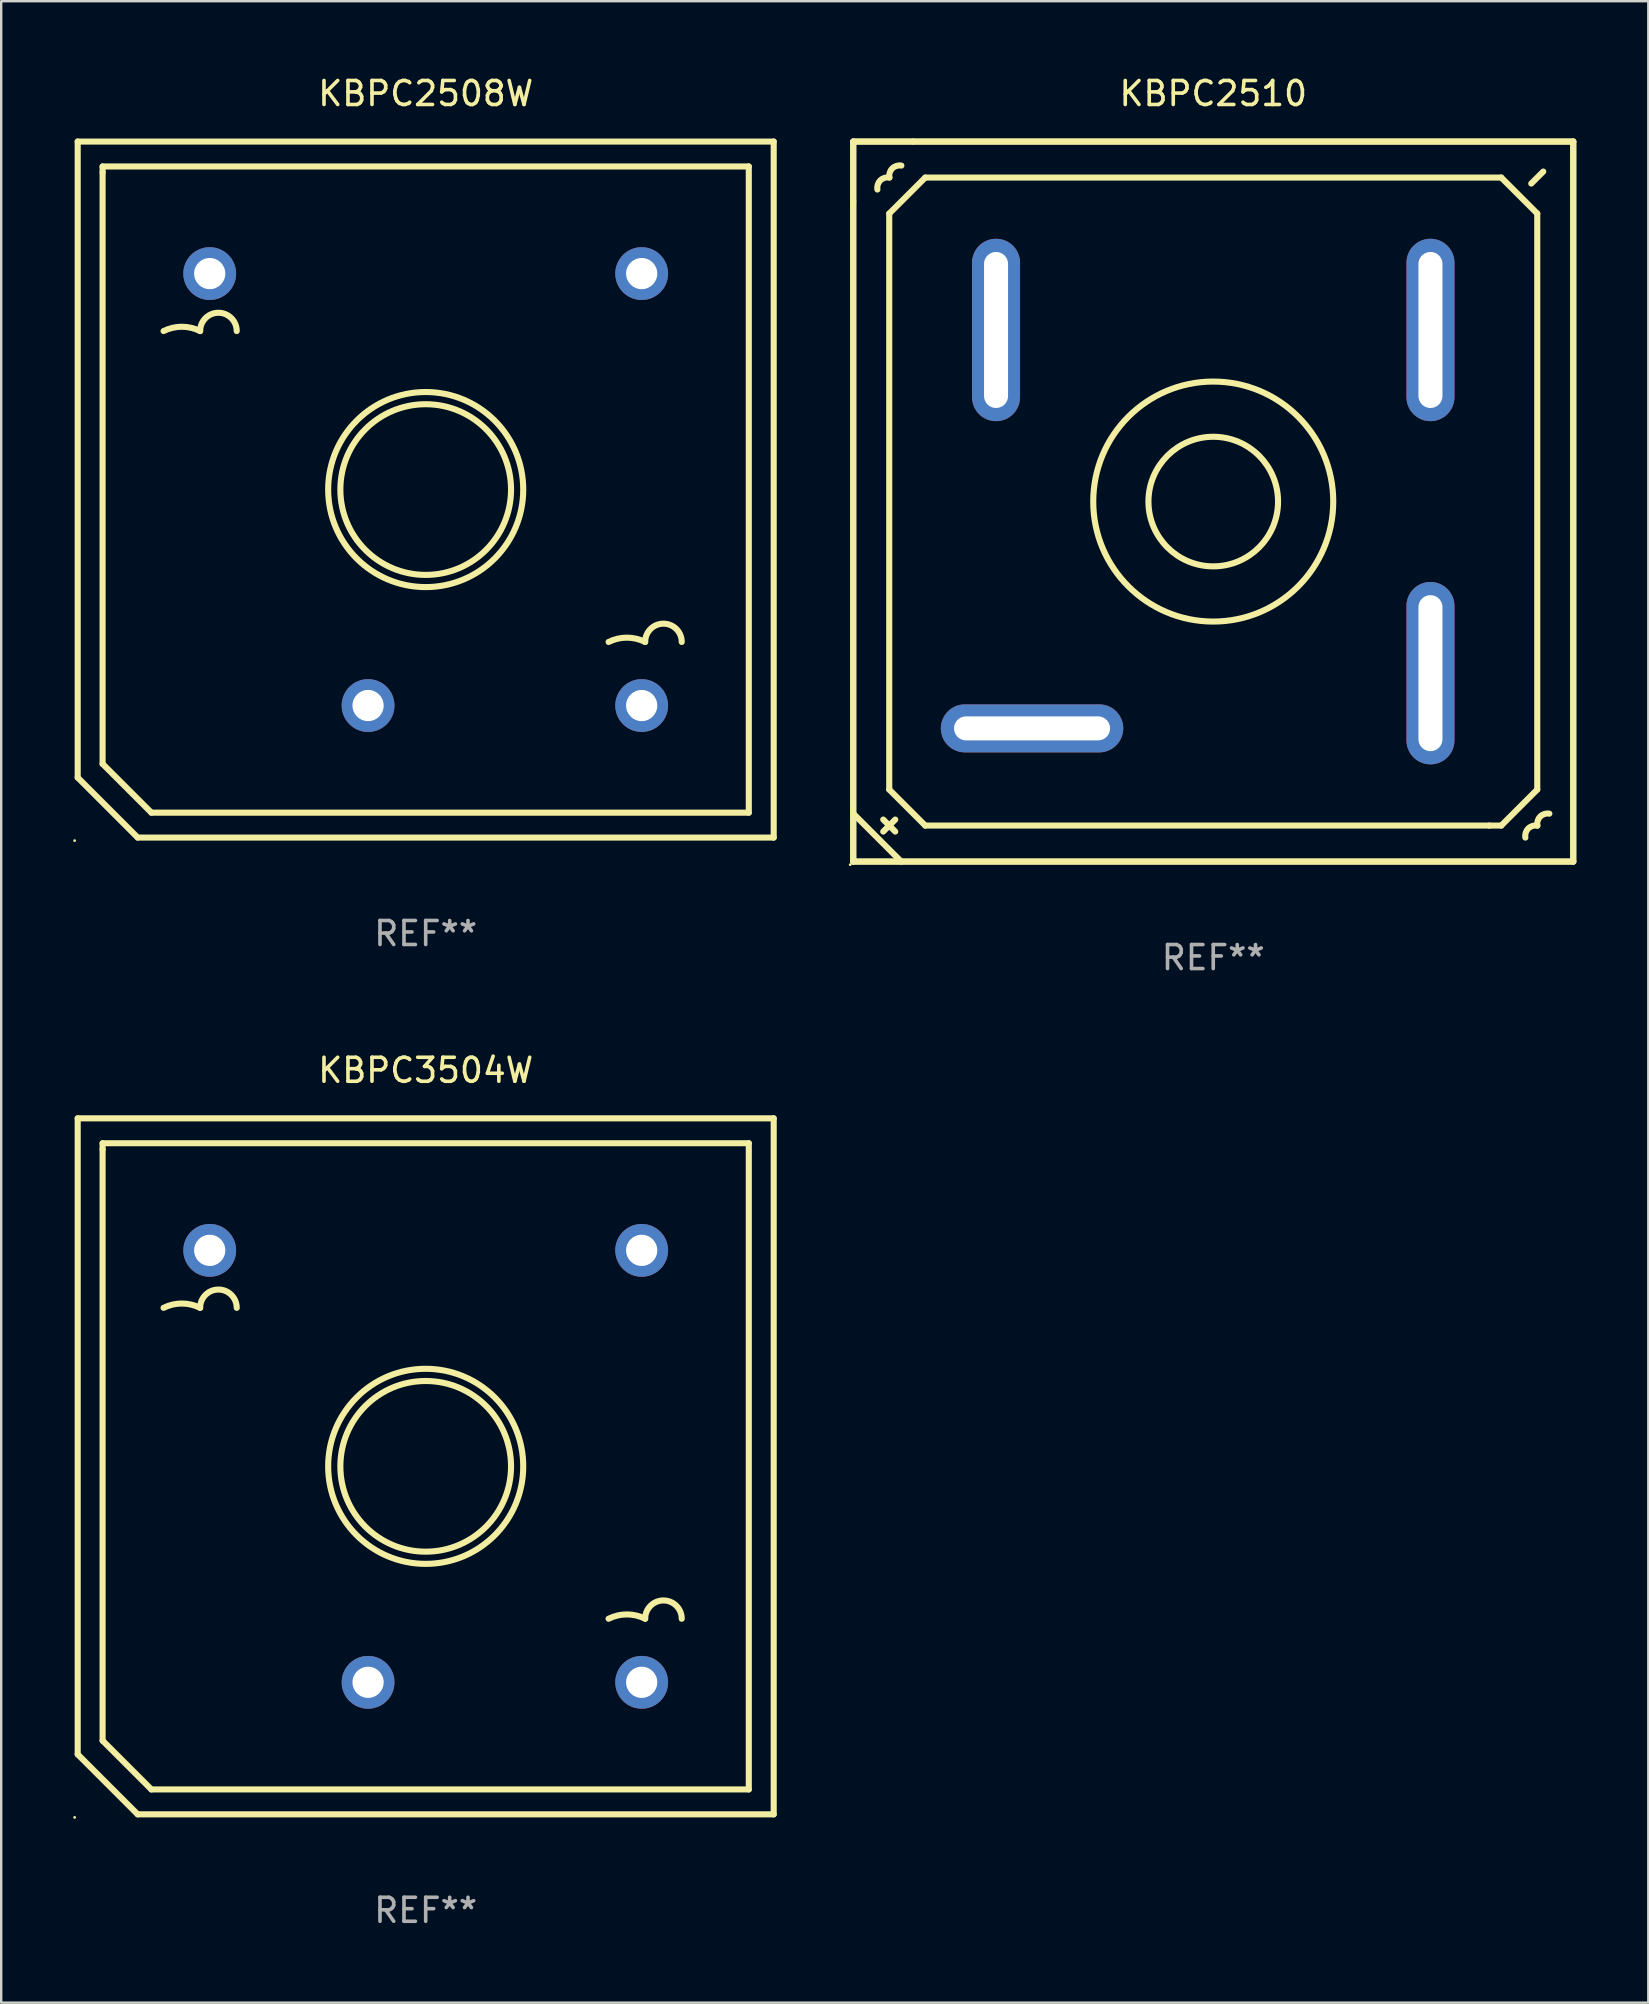
<source format=kicad_pcb>
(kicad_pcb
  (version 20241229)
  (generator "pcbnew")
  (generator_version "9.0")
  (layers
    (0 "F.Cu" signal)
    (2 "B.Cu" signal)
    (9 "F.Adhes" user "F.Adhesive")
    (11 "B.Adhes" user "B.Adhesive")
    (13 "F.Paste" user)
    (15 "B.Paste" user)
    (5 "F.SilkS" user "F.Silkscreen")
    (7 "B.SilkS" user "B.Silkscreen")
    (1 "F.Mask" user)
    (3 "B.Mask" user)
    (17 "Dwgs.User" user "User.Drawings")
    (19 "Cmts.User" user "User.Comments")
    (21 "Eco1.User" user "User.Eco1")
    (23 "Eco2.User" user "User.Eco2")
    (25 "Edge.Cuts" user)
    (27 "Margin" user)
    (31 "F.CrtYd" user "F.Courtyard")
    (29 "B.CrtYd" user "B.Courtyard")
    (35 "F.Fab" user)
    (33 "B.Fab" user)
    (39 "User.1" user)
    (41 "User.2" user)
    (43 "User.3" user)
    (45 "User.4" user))
  (footprint "KBPC3504W"
    (layer "F.Cu")
    (at 14.687 58.046)
    (property "Reference" "KBPC3504W" (at 0 -16.5 0) (layer "F.SilkS") (effects (font (size 1 1) (thickness 0.15))))
    (attr through_hole)
    (fp_line (start -14.5 -14.5) (end 14.5 -14.5) (stroke (width 0.254) (type solid)) (layer "F.SilkS"))
    (fp_line (start -14.5 12) (end -14.5 -14.5) (stroke (width 0.254) (type solid)) (layer "F.SilkS"))
    (fp_line (start -13.462 -13.462) (end 13.462 -13.462) (stroke (width 0.254) (type solid)) (layer "F.SilkS"))
    (fp_line (start -13.462 -13.208) (end -13.462 -13.462) (stroke (width 0.254) (type solid)) (layer "F.SilkS"))
    (fp_line (start -13.462 11.43) (end -13.462 -13.208) (stroke (width 0.254) (type solid)) (layer "F.SilkS"))
    (fp_line (start -12 14.5) (end -14.5 12) (stroke (width 0.254) (type solid)) (layer "F.SilkS"))
    (fp_line (start -11.43 13.462) (end -13.462 11.43) (stroke (width 0.254) (type solid)) (layer "F.SilkS"))
    (fp_line (start 13.462 -13.462) (end 13.462 13.462) (stroke (width 0.254) (type solid)) (layer "F.SilkS"))
    (fp_line (start 13.462 13.462) (end -11.43 13.462) (stroke (width 0.254) (type solid)) (layer "F.SilkS"))
    (fp_line (start 14.5 -14.5) (end 14.5 14.5) (stroke (width 0.254) (type solid)) (layer "F.SilkS"))
    (fp_line (start 14.5 14.5) (end -12 14.5) (stroke (width 0.254) (type solid)) (layer "F.SilkS"))
    (fp_arc (start -10.921895 -6.60414) (mid -10.159893 -6.784024) (end -9.397892 -6.60414) (stroke (width 0.254001) (type solid)) (layer "F.SilkS"))
    (fp_arc (start -9.397891 -6.60414) (mid -8.63589 -7.366141) (end -7.873889 -6.60414) (stroke (width 0.254001) (type solid)) (layer "F.SilkS"))
    (fp_arc (start 7.620142 6.349886) (mid 8.382144 6.170002) (end 9.144145 6.349886) (stroke (width 0.254001) (type solid)) (layer "F.SilkS"))
    (fp_arc (start 9.144146 6.349886) (mid 9.906147 5.587885) (end 10.668148 6.349886) (stroke (width 0.254001) (type solid)) (layer "F.SilkS"))
    (fp_circle (center -14.627 14.627) (end -14.597 14.627) (stroke (width 0.06) (type solid)) (fill no) (layer "F.SilkS"))
    (fp_circle (center 0.000127 -0.000127) (end 3.556 -0.000127) (stroke (width 0.254) (type solid)) (fill no) (layer "F.SilkS"))
    (fp_circle (center 0.000127 -0.000127) (end 4.064 -0.000127) (stroke (width 0.254) (type solid)) (fill no) (layer "F.SilkS"))
    (fp_text user "+" (at -3.302 11.684 0) (layer "B.Mask") (effects (font (size 1 1) (thickness 0.15))))
    (fp_text user "-" (at 7.874 -6.858 0) (layer "B.Mask") (effects (font (size 1 1) (thickness 0.15))))
    (fp_text user "REF**" (at 0 18.5 0) (layer "F.Fab") (effects (font (size 1 1) (thickness 0.15))))
    (pad "1" thru_hole circle (at -2.401 8.999) (size 2.2 2.2) (drill 1.3) (layers "*.Cu" "*.Mask"))
    (pad "2" thru_hole circle (at -8.999 -8.999) (size 2.2 2.2) (drill 1.3) (layers "*.Cu" "*.Mask"))
    (pad "3" thru_hole circle (at 8.999 -8.999) (size 2.2 2.2) (drill 1.3) (layers "*.Cu" "*.Mask"))
    (pad "4" thru_hole circle (at 8.999 8.999) (size 2.2 2.2) (drill 1.3) (layers "*.Cu" "*.Mask")))
  (footprint "KBPC2510"
    (layer "F.Cu")
    (at 47.501 17.849)
    (property "Reference" "KBPC2510" (at 0 -17.001 0) (layer "F.SilkS") (effects (font (size 1 1) (thickness 0.15))))
    (attr through_hole)
    (fp_line (start -15 -15.001) (end -12.5 -15.001) (stroke (width 0.254) (type solid)) (layer "F.SilkS"))
    (fp_line (start -15 -15.001) (end 15 -15.001) (stroke (width 0.254) (type solid)) (layer "F.SilkS"))
    (fp_line (start -15 -12.501) (end -15 -15.001) (stroke (width 0.254) (type solid)) (layer "F.SilkS"))
    (fp_line (start -15 14.999) (end -15 -15.001) (stroke (width 0.254) (type solid)) (layer "F.SilkS"))
    (fp_line (start -15 14.999) (end -15 -12.501) (stroke (width 0.254) (type solid)) (layer "F.SilkS"))
    (fp_line (start -14.999 12.999) (end -13 15.001) (stroke (width 0.254) (type solid)) (layer "F.SilkS"))
    (fp_line (start -13.75 13.749) (end -13.25 13.249) (stroke (width 0.254) (type solid)) (layer "F.SilkS"))
    (fp_line (start -13.5 -12.001) (end -12 -13.501) (stroke (width 0.254) (type solid)) (layer "F.SilkS"))
    (fp_line (start -13.5 11.999) (end -13.5 -12.001) (stroke (width 0.254) (type solid)) (layer "F.SilkS"))
    (fp_line (start -13.25 13.749) (end -13.75 13.249) (stroke (width 0.254) (type solid)) (layer "F.SilkS"))
    (fp_line (start -12.5 -15.001) (end 15 -15.001) (stroke (width 0.254) (type solid)) (layer "F.SilkS"))
    (fp_line (start -12 -13.501) (end 12 -13.501) (stroke (width 0.254) (type solid)) (layer "F.SilkS"))
    (fp_line (start -12 13.499) (end -13.5 11.999) (stroke (width 0.254) (type solid)) (layer "F.SilkS"))
    (fp_line (start 11.5 13.499) (end -12 13.499) (stroke (width 0.254) (type solid)) (layer "F.SilkS"))
    (fp_line (start 12 -13.501) (end 13.5 -12.001) (stroke (width 0.254) (type solid)) (layer "F.SilkS"))
    (fp_line (start 12 13.499) (end 11.5 13.499) (stroke (width 0.254) (type solid)) (layer "F.SilkS"))
    (fp_line (start 13.5 -12.001) (end 13.5 11.999) (stroke (width 0.254) (type solid)) (layer "F.SilkS"))
    (fp_line (start 13.5 11.999) (end 12 13.499) (stroke (width 0.254) (type solid)) (layer "F.SilkS"))
    (fp_line (start 13.75 -13.751) (end 13.25 -13.251) (stroke (width 0.254) (type solid)) (layer "F.SilkS"))
    (fp_line (start 15 -15.001) (end 15 14.999) (stroke (width 0.254) (type solid)) (layer "F.SilkS"))
    (fp_line (start 15 -15.001) (end 15 14.999) (stroke (width 0.254) (type solid)) (layer "F.SilkS"))
    (fp_line (start 15 14.999) (end -15 14.999) (stroke (width 0.254) (type solid)) (layer "F.SilkS"))
    (fp_line (start 15 14.999) (end -15 14.999) (stroke (width 0.254) (type solid)) (layer "F.SilkS"))
    (fp_arc (start -13.993167 -13.002413) (mid -13.872579 -13.381824) (end -13.493168 -13.502412) (stroke (width 0.254001) (type solid)) (layer "F.SilkS"))
    (fp_arc (start -13.494692 -13.500381) (mid -13.374103 -13.879793) (end -12.994691 -14.000381) (stroke (width 0.254001) (type solid)) (layer "F.SilkS"))
    (fp_arc (start 13.005131 14.000635) (mid 13.125719 13.621224) (end 13.50513 13.500636) (stroke (width 0.254001) (type solid)) (layer "F.SilkS"))
    (fp_arc (start 13.503606 13.502667) (mid 13.624195 13.123255) (end 14.003607 13.002667) (stroke (width 0.254001) (type solid)) (layer "F.SilkS"))
    (fp_circle (center -15.127 15.128) (end -15.097 15.128) (stroke (width 0.06) (type solid)) (fill no) (layer "F.SilkS"))
    (fp_circle (center 0 -0.001) (end 2.7 -0.001) (stroke (width 0.254) (type solid)) (fill no) (layer "F.SilkS"))
    (fp_circle (center 0 -0.001) (end 5 -0.001) (stroke (width 0.254) (type solid)) (fill no) (layer "F.SilkS"))
    (fp_text user "REF**" (at 0 19.001 0) (layer "F.Fab") (effects (font (size 1 1) (thickness 0.15))))
    (pad "1" thru_hole oval (at -7.55 9.449 270) (size 2 7.6) (drill oval 1 6.5) (layers "*.Cu" "*.Mask"))
    (pad "2" thru_hole oval (at -9.05 -7.151 180) (size 2 7.6) (drill oval 1 6.5) (layers "*.Cu" "*.Mask"))
    (pad "3" thru_hole oval (at 9.05 -7.151) (size 2 7.6) (drill oval 1 6.5) (layers "*.Cu" "*.Mask"))
    (pad "4" thru_hole oval (at 9.05 7.149) (size 2 7.6) (drill oval 1 6.5) (layers "*.Cu" "*.Mask")))
  (footprint "KBPC2508W"
    (layer "F.Cu")
    (at 14.687 17.348)
    (property "Reference" "KBPC2508W" (at 0 -16.5 0) (layer "F.SilkS") (effects (font (size 1 1) (thickness 0.15))))
    (attr through_hole)
    (fp_line (start -14.5 -14.5) (end 14.5 -14.5) (stroke (width 0.254) (type solid)) (layer "F.SilkS"))
    (fp_line (start -14.5 12) (end -14.5 -14.5) (stroke (width 0.254) (type solid)) (layer "F.SilkS"))
    (fp_line (start -13.462 -13.462) (end 13.462 -13.462) (stroke (width 0.254) (type solid)) (layer "F.SilkS"))
    (fp_line (start -13.462 -13.208) (end -13.462 -13.462) (stroke (width 0.254) (type solid)) (layer "F.SilkS"))
    (fp_line (start -13.462 11.43) (end -13.462 -13.208) (stroke (width 0.254) (type solid)) (layer "F.SilkS"))
    (fp_line (start -12 14.5) (end -14.5 12) (stroke (width 0.254) (type solid)) (layer "F.SilkS"))
    (fp_line (start -11.43 13.462) (end -13.462 11.43) (stroke (width 0.254) (type solid)) (layer "F.SilkS"))
    (fp_line (start 13.462 -13.462) (end 13.462 13.462) (stroke (width 0.254) (type solid)) (layer "F.SilkS"))
    (fp_line (start 13.462 13.462) (end -11.43 13.462) (stroke (width 0.254) (type solid)) (layer "F.SilkS"))
    (fp_line (start 14.5 -14.5) (end 14.5 14.5) (stroke (width 0.254) (type solid)) (layer "F.SilkS"))
    (fp_line (start 14.5 14.5) (end -12 14.5) (stroke (width 0.254) (type solid)) (layer "F.SilkS"))
    (fp_arc (start -10.921895 -6.60414) (mid -10.159893 -6.784024) (end -9.397892 -6.60414) (stroke (width 0.254001) (type solid)) (layer "F.SilkS"))
    (fp_arc (start -9.397891 -6.60414) (mid -8.63589 -7.366141) (end -7.873889 -6.60414) (stroke (width 0.254001) (type solid)) (layer "F.SilkS"))
    (fp_arc (start 7.620142 6.349886) (mid 8.382144 6.170002) (end 9.144145 6.349886) (stroke (width 0.254001) (type solid)) (layer "F.SilkS"))
    (fp_arc (start 9.144146 6.349886) (mid 9.906147 5.587885) (end 10.668148 6.349886) (stroke (width 0.254001) (type solid)) (layer "F.SilkS"))
    (fp_circle (center -14.627 14.627) (end -14.597 14.627) (stroke (width 0.06) (type solid)) (fill no) (layer "F.SilkS"))
    (fp_circle (center 0.000127 -0.000127) (end 3.556 -0.000127) (stroke (width 0.254) (type solid)) (fill no) (layer "F.SilkS"))
    (fp_circle (center 0.000127 -0.000127) (end 4.064 -0.000127) (stroke (width 0.254) (type solid)) (fill no) (layer "F.SilkS"))
    (fp_text user "+" (at -3.302 11.684 0) (layer "B.Mask") (effects (font (size 1 1) (thickness 0.15))))
    (fp_text user "-" (at 7.874 -6.858 0) (layer "B.Mask") (effects (font (size 1 1) (thickness 0.15))))
    (fp_text user "REF**" (at 0 18.5 0) (layer "F.Fab") (effects (font (size 1 1) (thickness 0.15))))
    (pad "1" thru_hole circle (at -2.401 8.999) (size 2.2 2.2) (drill 1.3) (layers "*.Cu" "*.Mask"))
    (pad "2" thru_hole circle (at -8.999 -8.999) (size 2.2 2.2) (drill 1.3) (layers "*.Cu" "*.Mask"))
    (pad "3" thru_hole circle (at 8.999 -8.999) (size 2.2 2.2) (drill 1.3) (layers "*.Cu" "*.Mask"))
    (pad "4" thru_hole circle (at 8.999 8.999) (size 2.2 2.2) (drill 1.3) (layers "*.Cu" "*.Mask")))
  (gr_rect
    (start -3 -3)
    (end 65.628 80.394)
    (stroke (width 0.1) (type default))
    (fill no)
    (layer "Edge.Cuts")))
</source>
